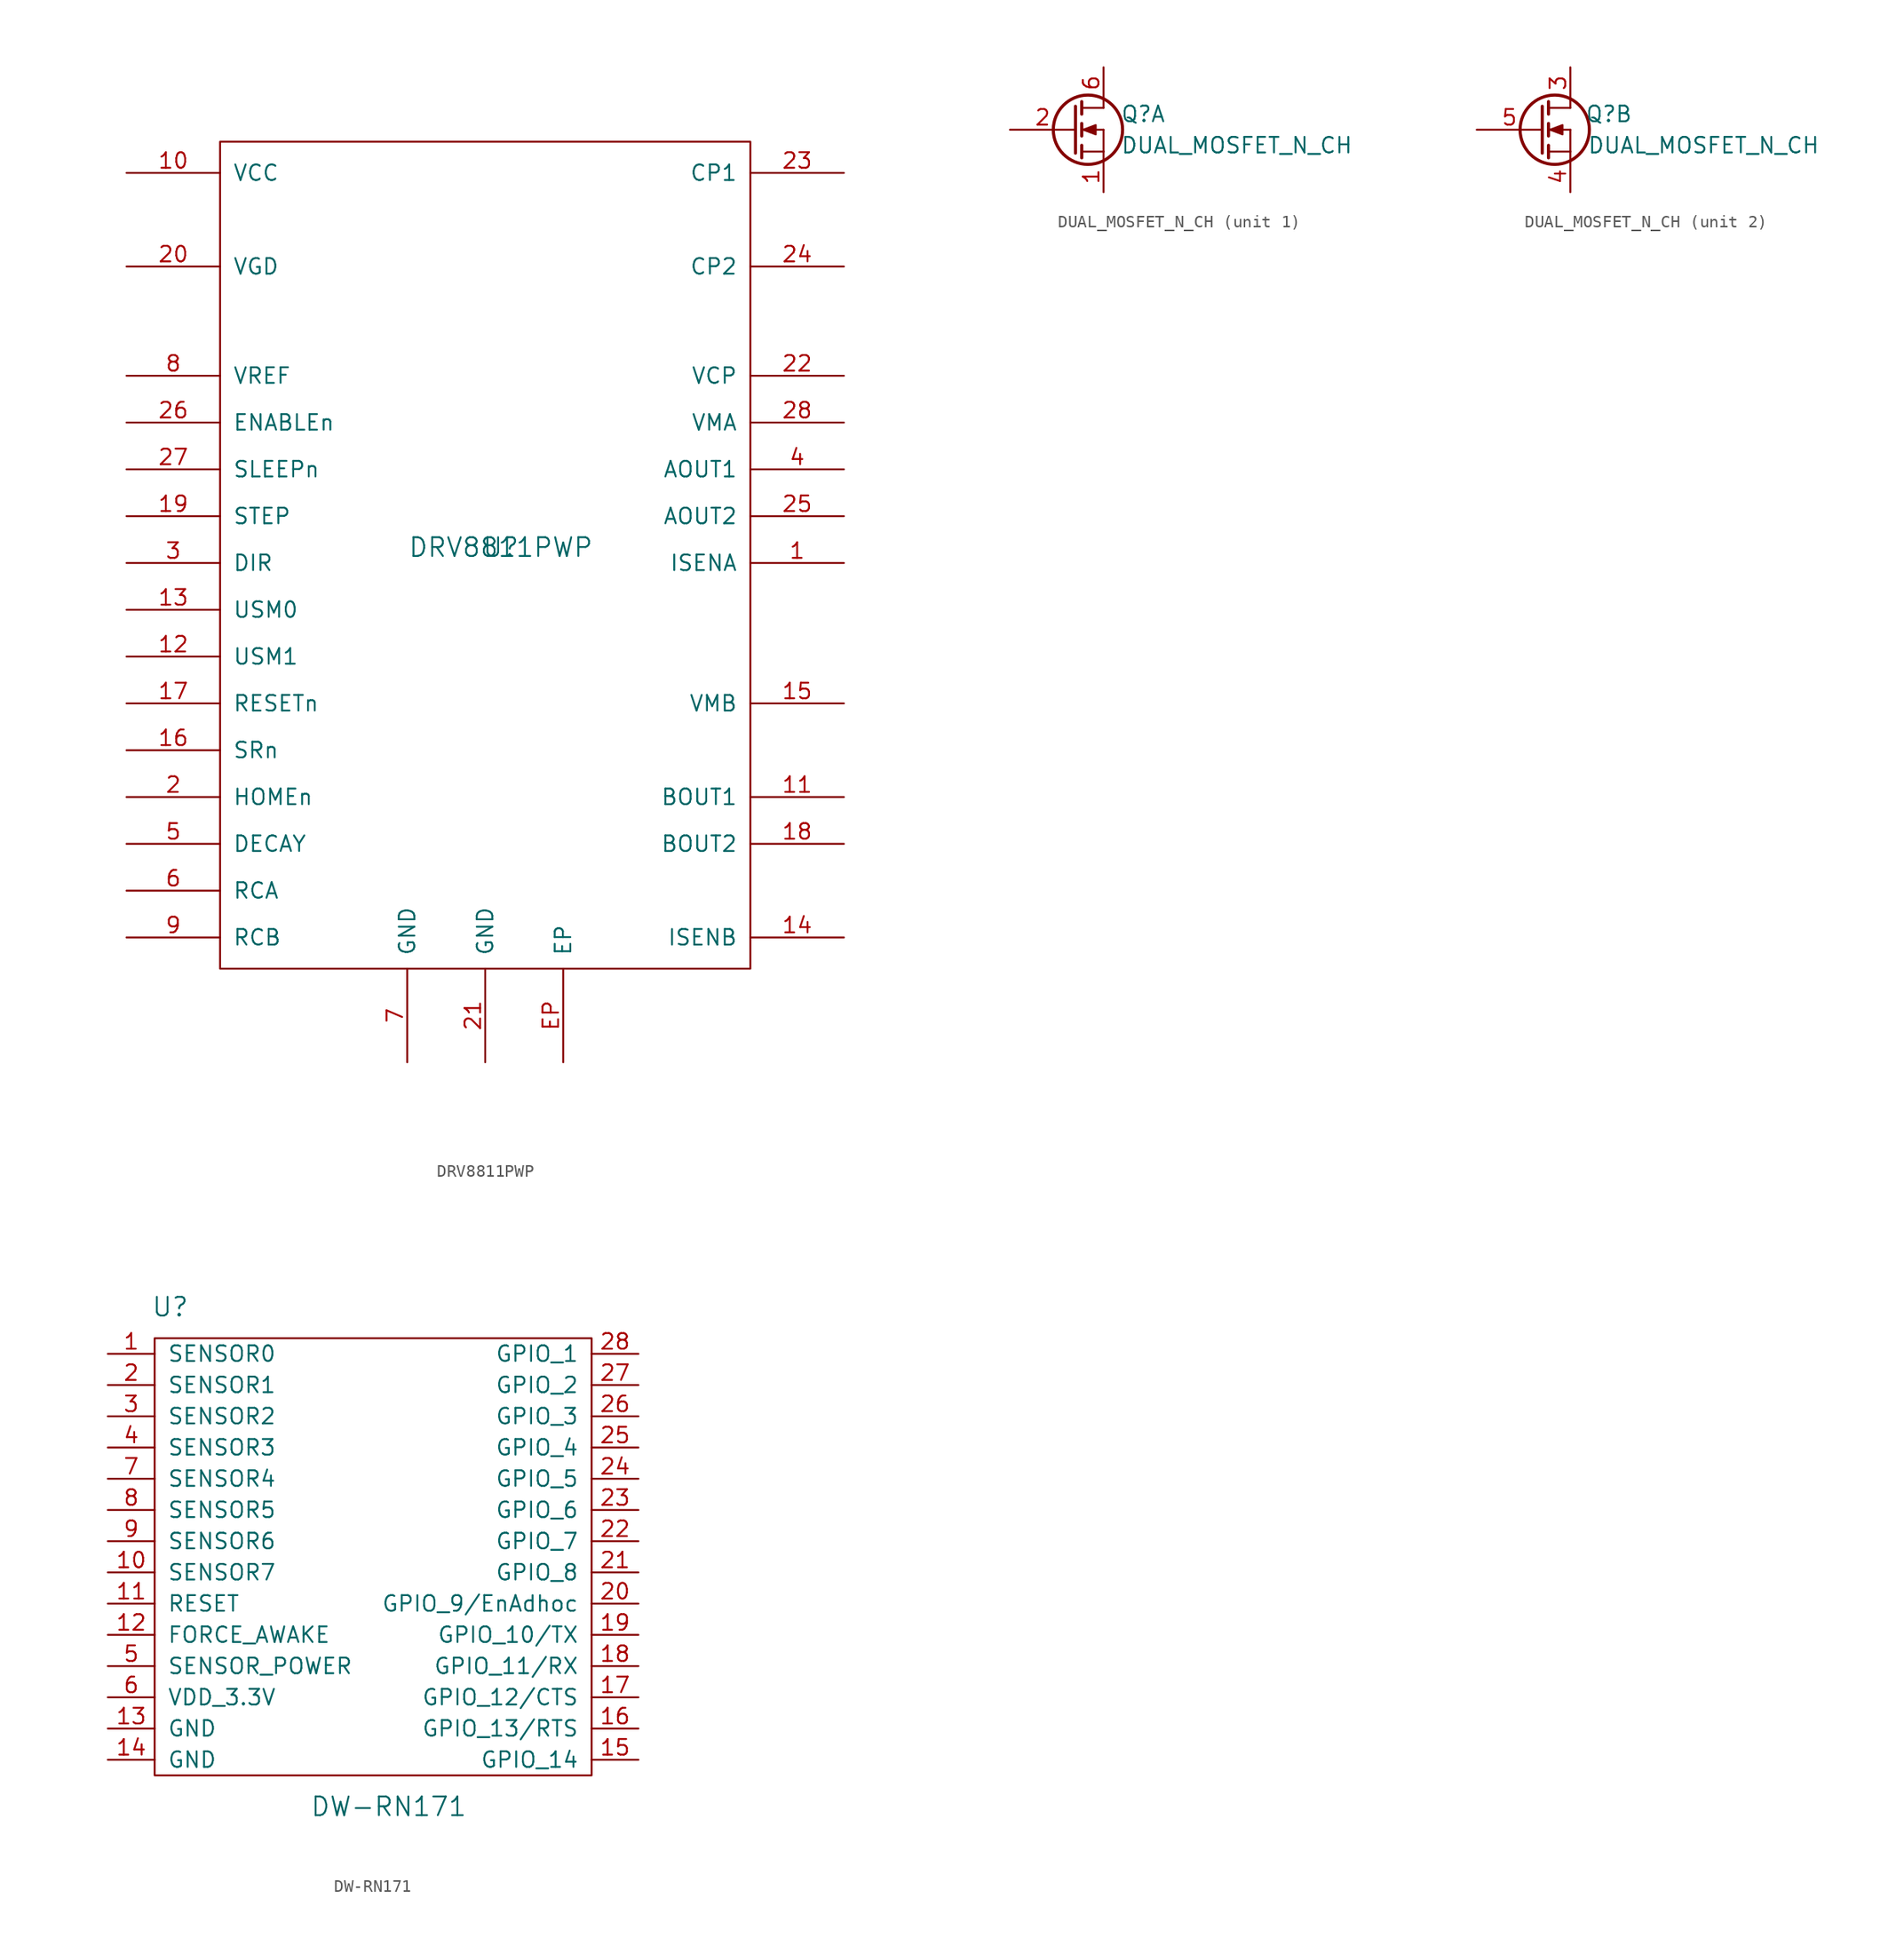
<source format=kicad_sym>
(kicad_symbol_lib
  (version 20210619)
  (generator kicad_symbol_editor)
  (symbol "tinkerforge:DRV8811PWP"
    (pin_names
      (offset 1.016))
    (property "Reference" "U"
      (at 1.27 0 0)
      (effects (font (size 1.524 1.524))))
    (property "Value" "DRV8811PWP"
      (at 1.27 0 0)
      (effects (font (size 1.524 1.524))))
    (property "Footprint" ""
      (at 0 0 0)
      (effects (font (size 1.524 1.524))))
    (property "Datasheet" ""
      (at 0 0 0)
      (effects (font (size 1.524 1.524))))
    (symbol "DRV8811PWP_0_1"
      (rectangle (start -21.59 33.02) (end 21.59 -34.29) (stroke (width 0)) (fill (type none))))
    (symbol "DRV8811PWP_1_1"
      (pin passive line (at 29.21 -1.27 180) (length 7.62) (name "ISENA" (effects (font (size 1.27 1.27)))) (number "1" (effects (font (size 1.27 1.27)))))
      (pin passive line (at -29.21 30.48 0) (length 7.62) (name "VCC" (effects (font (size 1.27 1.27)))) (number "10" (effects (font (size 1.27 1.27)))))
      (pin passive line (at 29.21 -20.32 180) (length 7.62) (name "BOUT1" (effects (font (size 1.27 1.27)))) (number "11" (effects (font (size 1.27 1.27)))))
      (pin passive line (at -29.21 -8.89 0) (length 7.62) (name "USM1" (effects (font (size 1.27 1.27)))) (number "12" (effects (font (size 1.27 1.27)))))
      (pin passive line (at -29.21 -5.08 0) (length 7.62) (name "USM0" (effects (font (size 1.27 1.27)))) (number "13" (effects (font (size 1.27 1.27)))))
      (pin passive line (at 29.21 -31.75 180) (length 7.62) (name "ISENB" (effects (font (size 1.27 1.27)))) (number "14" (effects (font (size 1.27 1.27)))))
      (pin passive line (at 29.21 -12.7 180) (length 7.62) (name "VMB" (effects (font (size 1.27 1.27)))) (number "15" (effects (font (size 1.27 1.27)))))
      (pin passive line (at -29.21 -16.51 0) (length 7.62) (name "SRn" (effects (font (size 1.27 1.27)))) (number "16" (effects (font (size 1.27 1.27)))))
      (pin passive line (at -29.21 -12.7 0) (length 7.62) (name "RESETn" (effects (font (size 1.27 1.27)))) (number "17" (effects (font (size 1.27 1.27)))))
      (pin passive line (at 29.21 -24.13 180) (length 7.62) (name "BOUT2" (effects (font (size 1.27 1.27)))) (number "18" (effects (font (size 1.27 1.27)))))
      (pin passive line (at -29.21 2.54 0) (length 7.62) (name "STEP" (effects (font (size 1.27 1.27)))) (number "19" (effects (font (size 1.27 1.27)))))
      (pin passive line (at -29.21 -20.32 0) (length 7.62) (name "HOMEn" (effects (font (size 1.27 1.27)))) (number "2" (effects (font (size 1.27 1.27)))))
      (pin passive line (at -29.21 22.86 0) (length 7.62) (name "VGD" (effects (font (size 1.27 1.27)))) (number "20" (effects (font (size 1.27 1.27)))))
      (pin passive line (at 0 -41.91 90) (length 7.62) (name "GND" (effects (font (size 1.27 1.27)))) (number "21" (effects (font (size 1.27 1.27)))))
      (pin passive line (at 29.21 13.97 180) (length 7.62) (name "VCP" (effects (font (size 1.27 1.27)))) (number "22" (effects (font (size 1.27 1.27)))))
      (pin passive line (at 29.21 30.48 180) (length 7.62) (name "CP1" (effects (font (size 1.27 1.27)))) (number "23" (effects (font (size 1.27 1.27)))))
      (pin passive line (at 29.21 22.86 180) (length 7.62) (name "CP2" (effects (font (size 1.27 1.27)))) (number "24" (effects (font (size 1.27 1.27)))))
      (pin passive line (at 29.21 2.54 180) (length 7.62) (name "AOUT2" (effects (font (size 1.27 1.27)))) (number "25" (effects (font (size 1.27 1.27)))))
      (pin passive line (at -29.21 10.16 0) (length 7.62) (name "ENABLEn" (effects (font (size 1.27 1.27)))) (number "26" (effects (font (size 1.27 1.27)))))
      (pin passive line (at -29.21 6.35 0) (length 7.62) (name "SLEEPn" (effects (font (size 1.27 1.27)))) (number "27" (effects (font (size 1.27 1.27)))))
      (pin passive line (at 29.21 10.16 180) (length 7.62) (name "VMA" (effects (font (size 1.27 1.27)))) (number "28" (effects (font (size 1.27 1.27)))))
      (pin passive line (at -29.21 -1.27 0) (length 7.62) (name "DIR" (effects (font (size 1.27 1.27)))) (number "3" (effects (font (size 1.27 1.27)))))
      (pin passive line (at 29.21 6.35 180) (length 7.62) (name "AOUT1" (effects (font (size 1.27 1.27)))) (number "4" (effects (font (size 1.27 1.27)))))
      (pin passive line (at -29.21 -24.13 0) (length 7.62) (name "DECAY" (effects (font (size 1.27 1.27)))) (number "5" (effects (font (size 1.27 1.27)))))
      (pin passive line (at -29.21 -27.94 0) (length 7.62) (name "RCA" (effects (font (size 1.27 1.27)))) (number "6" (effects (font (size 1.27 1.27)))))
      (pin passive line (at -6.35 -41.91 90) (length 7.62) (name "GND" (effects (font (size 1.27 1.27)))) (number "7" (effects (font (size 1.27 1.27)))))
      (pin passive line (at -29.21 13.97 0) (length 7.62) (name "VREF" (effects (font (size 1.27 1.27)))) (number "8" (effects (font (size 1.27 1.27)))))
      (pin passive line (at -29.21 -31.75 0) (length 7.62) (name "RCB" (effects (font (size 1.27 1.27)))) (number "9" (effects (font (size 1.27 1.27)))))
      (pin passive line (at 6.35 -41.91 90) (length 7.62) (name "EP" (effects (font (size 1.27 1.27)))) (number "EP" (effects (font (size 1.27 1.27)))))))
  (symbol "tinkerforge:DUAL_MOSFET_N_CH"
    (pin_names
      (offset 0) hide)
    (property "Reference" "Q"
      (at 7.62 1.27 0)
      (effects (font (size 1.27 1.27)) (justify right)))
    (property "Value" "DUAL_MOSFET_N_CH"
      (at 22.86 -1.27 0)
      (effects (font (size 1.27 1.27)) (justify right)))
    (property "Footprint" ""
      (at 5.08 2.54 0)
      (effects (font (size 1.27 1.27))))
    (property "Datasheet" ""
      (at 0 0 0)
      (effects (font (size 1.27 1.27))))
    (symbol "DUAL_MOSFET_N_CH_0_1"
      (circle (center 1.27 0) (radius 2.819) (stroke (width 0.254)) (fill (type none)))
      (polyline (pts (xy 0.762 -1.778) (xy 2.54 -1.778)) (stroke (width 0)) (fill (type none)))
      (polyline (pts (xy 0.762 -1.27) (xy 0.762 -2.286)) (stroke (width 0.254)) (fill (type none)))
      (polyline (pts (xy 0.762 0) (xy 2.54 0)) (stroke (width 0)) (fill (type none)))
      (polyline (pts (xy 0.762 0.508) (xy 0.762 -0.508)) (stroke (width 0.254)) (fill (type none)))
      (polyline (pts (xy 0.762 1.778) (xy 2.54 1.778)) (stroke (width 0)) (fill (type none)))
      (polyline (pts (xy 0.762 2.286) (xy 0.762 1.27)) (stroke (width 0.254)) (fill (type none)))
      (polyline (pts (xy 2.54 -1.778) (xy 2.54 -2.54)) (stroke (width 0)) (fill (type none)))
      (polyline (pts (xy 2.54 -1.778) (xy 2.54 0)) (stroke (width 0)) (fill (type none)))
      (polyline (pts (xy 2.54 2.54) (xy 2.54 1.778)) (stroke (width 0)) (fill (type none)))
      (polyline (pts (xy 0.254 1.905) (xy 0.254 -1.905) (xy 0.254 -1.905)) (stroke (width 0.254)) (fill (type none)))
      (polyline (pts (xy 0.889 0) (xy 1.905 0.381) (xy 1.905 -0.381) (xy 0.889 0)) (stroke (width 0)) (fill (type outline))))
    (symbol "DUAL_MOSFET_N_CH_1_1"
      (pin passive line (at 2.54 -5.08 90) (length 2.54) (name "S1" (effects (font (size 1.27 1.27)))) (number "1" (effects (font (size 1.27 1.27)))))
      (pin input line (at -5.08 0 0) (length 5.334) (name "G1" (effects (font (size 1.27 1.27)))) (number "2" (effects (font (size 1.27 1.27)))))
      (pin passive line (at 2.54 5.08 270) (length 2.54) (name "D1" (effects (font (size 1.27 1.27)))) (number "6" (effects (font (size 1.27 1.27))))))
    (symbol "DUAL_MOSFET_N_CH_2_1"
      (pin passive line (at 2.54 5.08 270) (length 2.54) (name "D2" (effects (font (size 1.27 1.27)))) (number "3" (effects (font (size 1.27 1.27)))))
      (pin passive line (at 2.54 -5.08 90) (length 2.54) (name "S2" (effects (font (size 1.27 1.27)))) (number "4" (effects (font (size 1.27 1.27)))))
      (pin input line (at -5.08 0 0) (length 5.334) (name "G2" (effects (font (size 1.27 1.27)))) (number "5" (effects (font (size 1.27 1.27)))))))
  (symbol "tinkerforge:DW-RN171"
    (pin_names
      (offset 1.016))
    (property "Reference" "U"
      (at -16.51 20.32 0)
      (effects (font (size 1.524 1.524))))
    (property "Value" "DW-RN171"
      (at 1.27 -20.32 0)
      (effects (font (size 1.524 1.524))))
    (property "Footprint" ""
      (at 0 0 0)
      (effects (font (size 1.524 1.524))))
    (property "Datasheet" ""
      (at 0 0 0)
      (effects (font (size 1.524 1.524))))
    (symbol "DW-RN171_0_1"
      (rectangle (start -17.78 17.78) (end 17.78 -17.78) (stroke (width 0)) (fill (type none))))
    (symbol "DW-RN171_1_1"
      (pin input line (at -21.59 16.51 0) (length 3.81) (name "SENSOR0" (effects (font (size 1.27 1.27)))) (number "1" (effects (font (size 1.27 1.27)))))
      (pin input line (at -21.59 -1.27 0) (length 3.81) (name "SENSOR7" (effects (font (size 1.27 1.27)))) (number "10" (effects (font (size 1.27 1.27)))))
      (pin input line (at -21.59 -3.81 0) (length 3.81) (name "RESET" (effects (font (size 1.27 1.27)))) (number "11" (effects (font (size 1.27 1.27)))))
      (pin input line (at -21.59 -6.35 0) (length 3.81) (name "FORCE_AWAKE" (effects (font (size 1.27 1.27)))) (number "12" (effects (font (size 1.27 1.27)))))
      (pin passive line (at -21.59 -13.97 0) (length 3.81) (name "GND" (effects (font (size 1.27 1.27)))) (number "13" (effects (font (size 1.27 1.27)))))
      (pin passive line (at -21.59 -16.51 0) (length 3.81) (name "GND" (effects (font (size 1.27 1.27)))) (number "14" (effects (font (size 1.27 1.27)))))
      (pin bidirectional line (at 21.59 -16.51 180) (length 3.81) (name "GPIO_14" (effects (font (size 1.27 1.27)))) (number "15" (effects (font (size 1.27 1.27)))))
      (pin bidirectional line (at 21.59 -13.97 180) (length 3.81) (name "GPIO_13/RTS" (effects (font (size 1.27 1.27)))) (number "16" (effects (font (size 1.27 1.27)))))
      (pin bidirectional line (at 21.59 -11.43 180) (length 3.81) (name "GPIO_12/CTS" (effects (font (size 1.27 1.27)))) (number "17" (effects (font (size 1.27 1.27)))))
      (pin bidirectional line (at 21.59 -8.89 180) (length 3.81) (name "GPIO_11/RX" (effects (font (size 1.27 1.27)))) (number "18" (effects (font (size 1.27 1.27)))))
      (pin bidirectional line (at 21.59 -6.35 180) (length 3.81) (name "GPIO_10/TX" (effects (font (size 1.27 1.27)))) (number "19" (effects (font (size 1.27 1.27)))))
      (pin input line (at -21.59 13.97 0) (length 3.81) (name "SENSOR1" (effects (font (size 1.27 1.27)))) (number "2" (effects (font (size 1.27 1.27)))))
      (pin bidirectional line (at 21.59 -3.81 180) (length 3.81) (name "GPIO_9/EnAdhoc" (effects (font (size 1.27 1.27)))) (number "20" (effects (font (size 1.27 1.27)))))
      (pin bidirectional line (at 21.59 -1.27 180) (length 3.81) (name "GPIO_8" (effects (font (size 1.27 1.27)))) (number "21" (effects (font (size 1.27 1.27)))))
      (pin bidirectional line (at 21.59 1.27 180) (length 3.81) (name "GPIO_7" (effects (font (size 1.27 1.27)))) (number "22" (effects (font (size 1.27 1.27)))))
      (pin bidirectional line (at 21.59 3.81 180) (length 3.81) (name "GPIO_6" (effects (font (size 1.27 1.27)))) (number "23" (effects (font (size 1.27 1.27)))))
      (pin bidirectional line (at 21.59 6.35 180) (length 3.81) (name "GPIO_5" (effects (font (size 1.27 1.27)))) (number "24" (effects (font (size 1.27 1.27)))))
      (pin bidirectional line (at 21.59 8.89 180) (length 3.81) (name "GPIO_4" (effects (font (size 1.27 1.27)))) (number "25" (effects (font (size 1.27 1.27)))))
      (pin bidirectional line (at 21.59 11.43 180) (length 3.81) (name "GPIO_3" (effects (font (size 1.27 1.27)))) (number "26" (effects (font (size 1.27 1.27)))))
      (pin bidirectional line (at 21.59 13.97 180) (length 3.81) (name "GPIO_2" (effects (font (size 1.27 1.27)))) (number "27" (effects (font (size 1.27 1.27)))))
      (pin bidirectional line (at 21.59 16.51 180) (length 3.81) (name "GPIO_1" (effects (font (size 1.27 1.27)))) (number "28" (effects (font (size 1.27 1.27)))))
      (pin input line (at -21.59 11.43 0) (length 3.81) (name "SENSOR2" (effects (font (size 1.27 1.27)))) (number "3" (effects (font (size 1.27 1.27)))))
      (pin input line (at -21.59 8.89 0) (length 3.81) (name "SENSOR3" (effects (font (size 1.27 1.27)))) (number "4" (effects (font (size 1.27 1.27)))))
      (pin passive line (at -21.59 -8.89 0) (length 3.81) (name "SENSOR_POWER" (effects (font (size 1.27 1.27)))) (number "5" (effects (font (size 1.27 1.27)))))
      (pin passive line (at -21.59 -11.43 0) (length 3.81) (name "VDD_3.3V" (effects (font (size 1.27 1.27)))) (number "6" (effects (font (size 1.27 1.27)))))
      (pin input line (at -21.59 6.35 0) (length 3.81) (name "SENSOR4" (effects (font (size 1.27 1.27)))) (number "7" (effects (font (size 1.27 1.27)))))
      (pin input line (at -21.59 3.81 0) (length 3.81) (name "SENSOR5" (effects (font (size 1.27 1.27)))) (number "8" (effects (font (size 1.27 1.27)))))
      (pin input line (at -21.59 1.27 0) (length 3.81) (name "SENSOR6" (effects (font (size 1.27 1.27)))) (number "9" (effects (font (size 1.27 1.27))))))))
</source>
